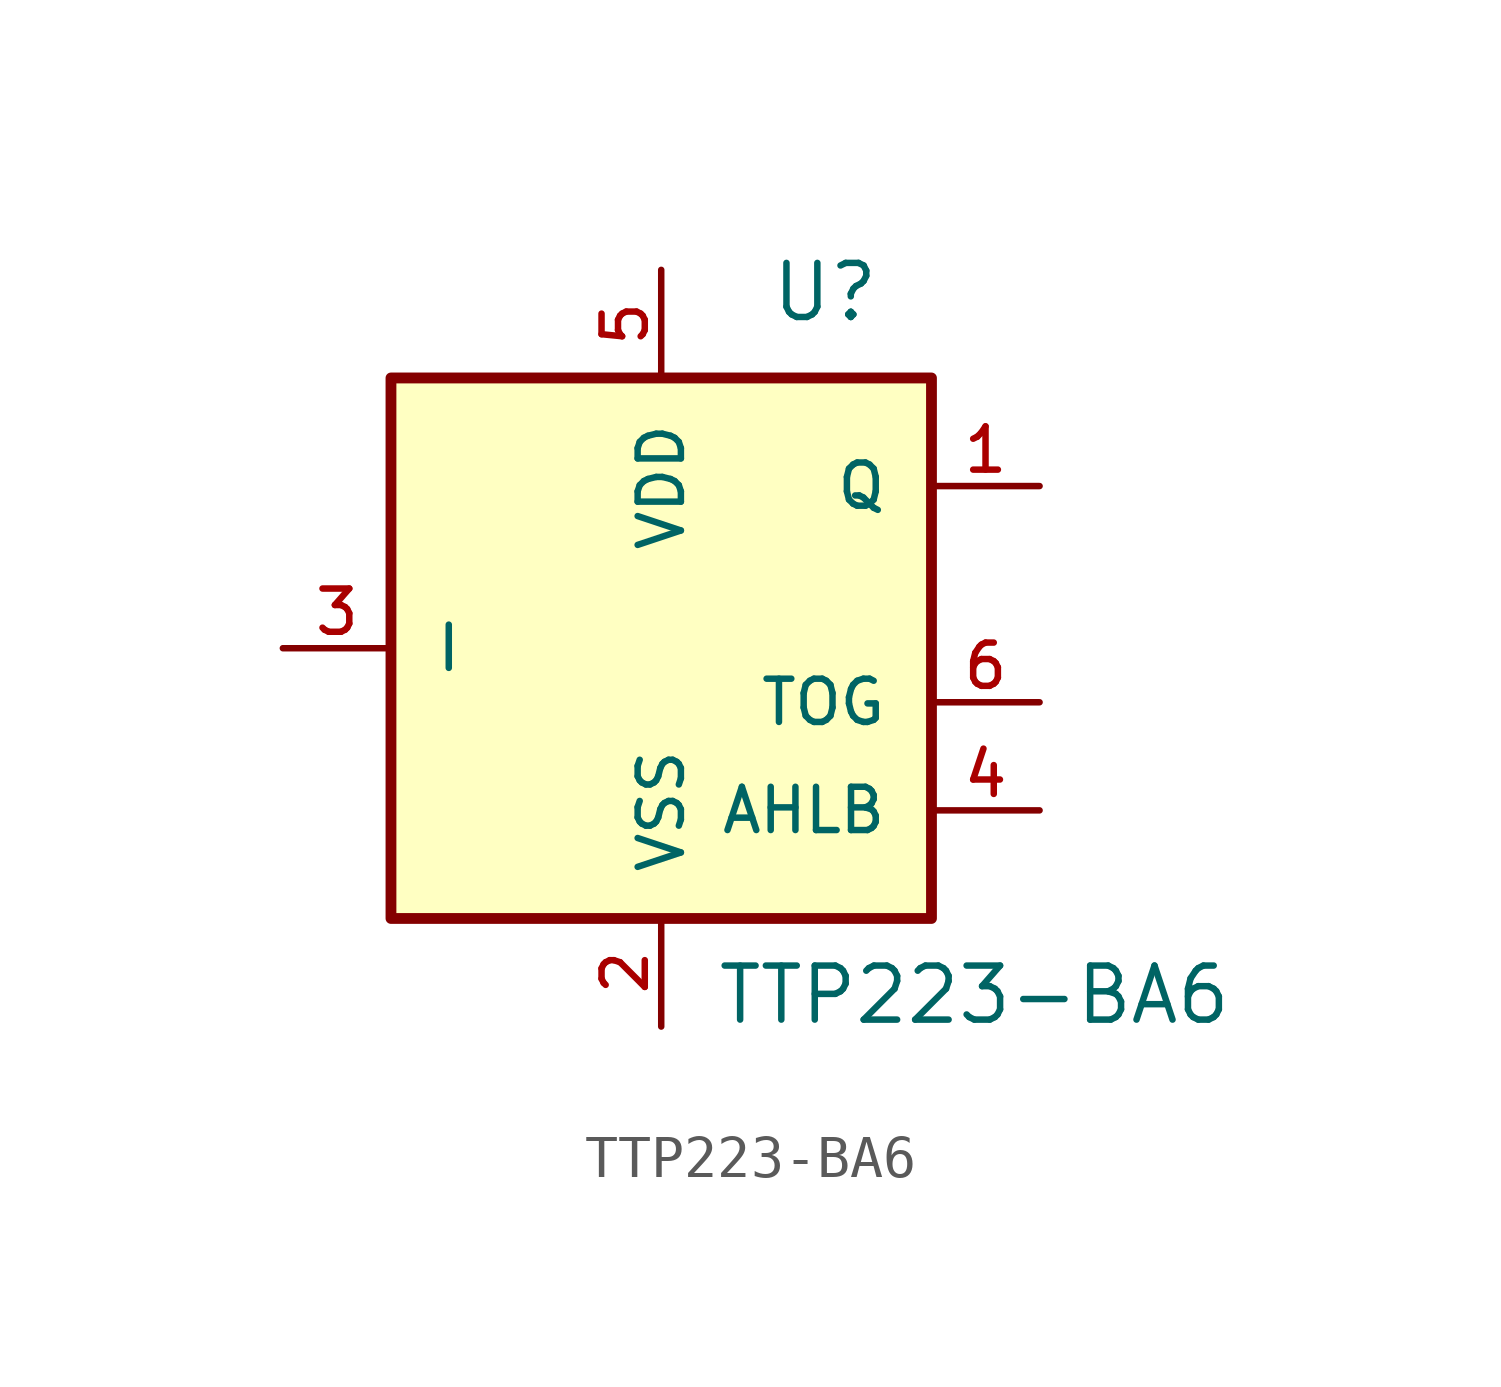
<source format=kicad_sym>
(kicad_symbol_lib
  (version 20220914)
  (generator kicad_symbol_editor)
  (symbol "TTP223-BA6"
    (pin_names
      (offset 1.016))
    (property "Reference" "U"
      (at 2.54 7.62 0)
      (effects (font (size 1.27 1.27)) (justify left bottom)))
    (property "Value" "TTP223-BA6"
      (at 1.27 -8.89 0)
      (effects (font (size 1.27 1.27)) (justify left bottom)))
    (symbol "TTP223-BA6_0_0"
      (rectangle (start -6.35 6.35) (end 6.35 -6.35) (stroke (width 0.254) (type default)) (fill (type background)))
      (pin output line (at 8.89 3.81 180) (length 2.54) (name "Q" (effects (font (size 1.016 1.016)))) (number "1" (effects (font (size 1.016 1.016)))))
      (pin power_in line (at 0 -8.89 90) (length 2.54) (name "VSS" (effects (font (size 1.016 1.016)))) (number "2" (effects (font (size 1.016 1.016)))))
      (pin bidirectional line (at -8.89 0 0) (length 2.54) (name "I" (effects (font (size 1.016 1.016)))) (number "3" (effects (font (size 1.016 1.016)))))
      (pin input line (at 8.89 -3.81 180) (length 2.54) (name "AHLB" (effects (font (size 1.016 1.016)))) (number "4" (effects (font (size 1.016 1.016)))))
      (pin power_in line (at 0 8.89 270) (length 2.54) (name "VDD" (effects (font (size 1.016 1.016)))) (number "5" (effects (font (size 1.016 1.016)))))
      (pin input line (at 8.89 -1.27 180) (length 2.54) (name "TOG" (effects (font (size 1.016 1.016)))) (number "6" (effects (font (size 1.016 1.016))))))))
</source>
